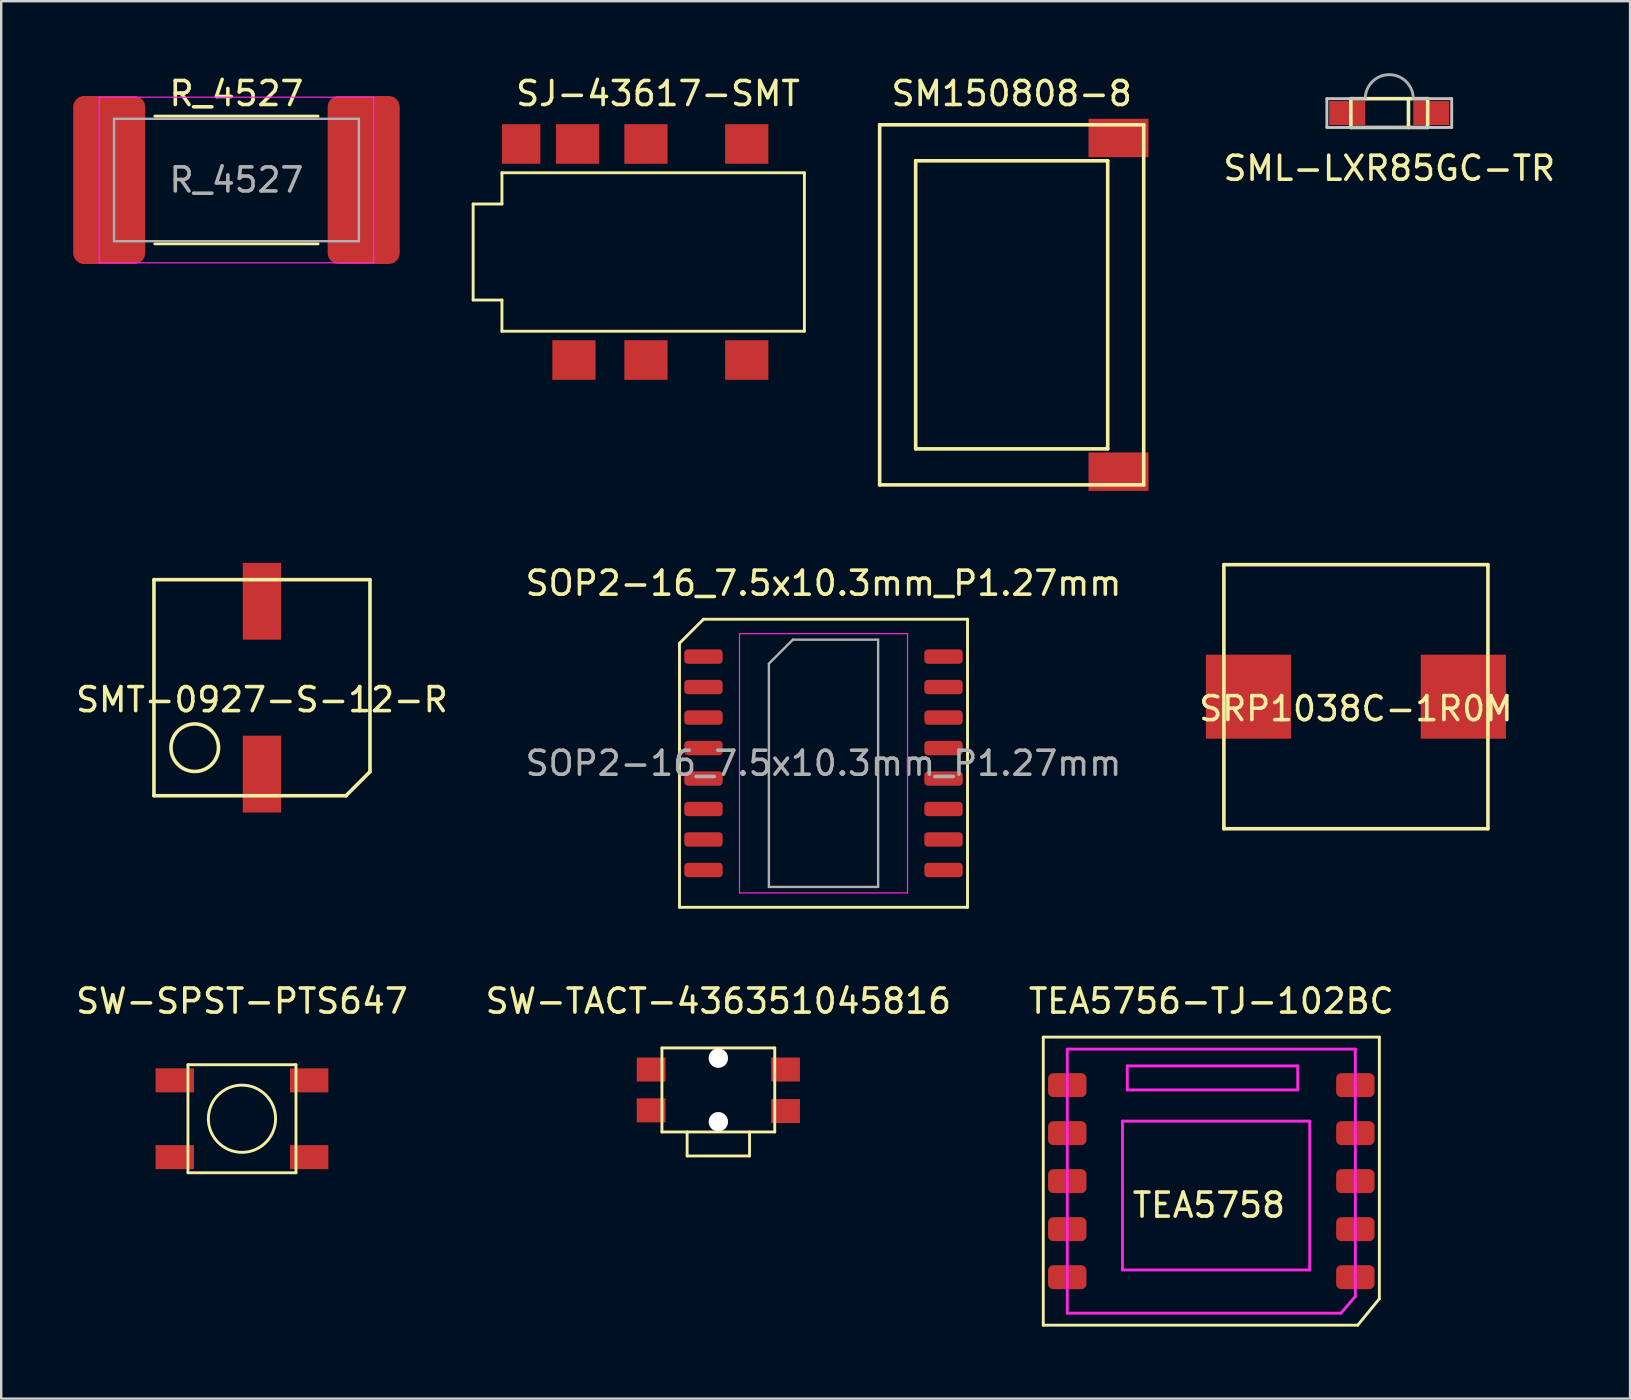
<source format=kicad_pcb>
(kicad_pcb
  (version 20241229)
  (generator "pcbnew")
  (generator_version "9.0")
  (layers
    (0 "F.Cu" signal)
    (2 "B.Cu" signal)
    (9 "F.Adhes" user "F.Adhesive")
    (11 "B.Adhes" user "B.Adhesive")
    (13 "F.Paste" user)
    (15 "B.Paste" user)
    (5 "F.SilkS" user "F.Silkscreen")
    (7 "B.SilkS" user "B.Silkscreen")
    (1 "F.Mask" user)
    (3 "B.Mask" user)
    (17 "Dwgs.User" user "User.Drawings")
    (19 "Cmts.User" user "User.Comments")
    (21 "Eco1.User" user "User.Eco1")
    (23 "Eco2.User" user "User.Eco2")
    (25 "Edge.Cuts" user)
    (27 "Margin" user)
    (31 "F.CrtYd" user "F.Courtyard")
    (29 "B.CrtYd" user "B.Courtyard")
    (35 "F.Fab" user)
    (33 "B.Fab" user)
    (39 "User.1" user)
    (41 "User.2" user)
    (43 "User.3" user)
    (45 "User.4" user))
  (footprint "SML-LXR85GC-TR"
    (layer "F.Cu")
    (at 54.825 1.66)
    (property "Reference" "SML-LXR85GC-TR" (at 0 2.3 0) (layer "F.SilkS") (effects (font (size 1 1) (thickness 0.15))))
    (attr through_hole)
    (fp_line (start -1.6 -0.6) (end 1.6 -0.6) (stroke (width 0.15) (type solid)) (layer "F.SilkS"))
    (fp_line (start -1.6 0.6) (end -1.6 -0.6) (stroke (width 0.15) (type solid)) (layer "F.SilkS"))
    (fp_line (start 0.8 -0.6) (end 0.8 0.6) (stroke (width 0.15) (type solid)) (layer "F.SilkS"))
    (fp_line (start 1.6 0.6) (end -1.6 0.6) (stroke (width 0.15) (type solid)) (layer "F.SilkS"))
    (fp_line (start 1.6 0.6) (end 1.6 -0.6) (stroke (width 0.15) (type solid)) (layer "F.SilkS"))
    (fp_line (start -2.6 -0.6) (end -1 -0.6) (stroke (width 0.12) (type solid)) (layer "Dwgs.User"))
    (fp_line (start -2.6 0.6) (end -2.6 -0.6) (stroke (width 0.12) (type solid)) (layer "Dwgs.User"))
    (fp_line (start 1 -0.6) (end 2.6 -0.6) (stroke (width 0.12) (type solid)) (layer "Dwgs.User"))
    (fp_line (start 2.6 -0.6) (end 2.6 0.6) (stroke (width 0.12) (type solid)) (layer "Dwgs.User"))
    (fp_line (start 2.6 0.6) (end -2.6 0.6) (stroke (width 0.12) (type solid)) (layer "Dwgs.User"))
    (fp_arc (start -1 -0.6) (mid 0 -1.6) (end 1 -0.6) (stroke (width 0.12) (type solid)) (layer "F.Fab"))
    (pad "1" smd rect (at -1.75 0) (size 1.5 1) (layers "F.Cu" "F.Mask" "F.Paste"))
    (pad "2" smd rect (at 1.75 0) (size 1.5 1) (layers "F.Cu" "F.Mask" "F.Paste")))
  (footprint "TEA5756-TJ-102BC"
    (layer "F.Cu")
    (at 47.411 46.155)
    (property "Reference" "TEA5756-TJ-102BC" (at 0 -7.5 0) (layer "F.SilkS") (effects (font (size 1 1) (thickness 0.15))))
    (attr through_hole)
    (fp_line (start -7 -6) (end 7 -6) (stroke (width 0.12) (type solid)) (layer "F.SilkS"))
    (fp_line (start -7 6) (end -7 -6) (stroke (width 0.12) (type solid)) (layer "F.SilkS"))
    (fp_line (start 6.1 6) (end -7 6) (stroke (width 0.12) (type solid)) (layer "F.SilkS"))
    (fp_line (start 6.1 6) (end 7 4.9) (stroke (width 0.12) (type solid)) (layer "F.SilkS"))
    (fp_line (start 7 -6) (end 7 4.9) (stroke (width 0.12) (type solid)) (layer "F.SilkS"))
    (fp_line (start -6 -5.5) (end 6 -5.5) (stroke (width 0.12) (type solid)) (layer "F.CrtYd"))
    (fp_line (start -6 5.5) (end -6 -5.5) (stroke (width 0.12) (type solid)) (layer "F.CrtYd"))
    (fp_line (start -3.7 -2.5) (end 4.1 -2.5) (stroke (width 0.12) (type solid)) (layer "F.CrtYd"))
    (fp_line (start -3.7 3.7) (end -3.7 -2.5) (stroke (width 0.12) (type solid)) (layer "F.CrtYd"))
    (fp_line (start -3.5 -4.8) (end -3.5 -3.8) (stroke (width 0.12) (type solid)) (layer "F.CrtYd"))
    (fp_line (start -3.5 -3.8) (end 3.6 -3.8) (stroke (width 0.12) (type solid)) (layer "F.CrtYd"))
    (fp_line (start 3.6 -4.8) (end -3.5 -4.8) (stroke (width 0.12) (type solid)) (layer "F.CrtYd"))
    (fp_line (start 3.6 -3.8) (end 3.6 -4.8) (stroke (width 0.12) (type solid)) (layer "F.CrtYd"))
    (fp_line (start 4.1 -2.5) (end 4.1 3.7) (stroke (width 0.12) (type solid)) (layer "F.CrtYd"))
    (fp_line (start 4.1 3.7) (end -3.7 3.7) (stroke (width 0.12) (type solid)) (layer "F.CrtYd"))
    (fp_line (start 5.4 5.5) (end -6 5.5) (stroke (width 0.12) (type solid)) (layer "F.CrtYd"))
    (fp_line (start 6 -5.5) (end 6 4.8) (stroke (width 0.12) (type solid)) (layer "F.CrtYd"))
    (fp_line (start 6 4.8) (end 5.4 5.5) (stroke (width 0.12) (type solid)) (layer "F.CrtYd"))
    (fp_text user "TEA5758" (at -0.1 1 0) (layer "F.SilkS") (effects (font (size 1 1) (thickness 0.15))))
    (pad "1" smd roundrect (at 6 4) (size 1.6 1) (layers "F.Cu" "F.Mask" "F.Paste") (roundrect_rratio 0.217))
    (pad "2" smd roundrect (at 6 2) (size 1.6 1) (layers "F.Cu" "F.Mask" "F.Paste") (roundrect_rratio 0.217))
    (pad "3" smd roundrect (at 6 0) (size 1.6 1) (layers "F.Cu" "F.Mask" "F.Paste") (roundrect_rratio 0.217))
    (pad "4" smd roundrect (at 6 -2) (size 1.6 1) (layers "F.Cu" "F.Mask" "F.Paste") (roundrect_rratio 0.217))
    (pad "5" smd roundrect (at 6 -4) (size 1.6 1) (layers "F.Cu" "F.Mask" "F.Paste") (roundrect_rratio 0.217))
    (pad "6" smd roundrect (at -6 -4) (size 1.6 1) (layers "F.Cu" "F.Mask" "F.Paste") (roundrect_rratio 0.217))
    (pad "7" smd roundrect (at -6 -2) (size 1.6 1) (layers "F.Cu" "F.Mask" "F.Paste") (roundrect_rratio 0.217))
    (pad "8" smd roundrect (at -6 0) (size 1.6 1) (layers "F.Cu" "F.Mask" "F.Paste") (roundrect_rratio 0.217))
    (pad "9" smd roundrect (at -6 2) (size 1.6 1) (layers "F.Cu" "F.Mask" "F.Paste") (roundrect_rratio 0.217))
    (pad "10" smd roundrect (at -6 4) (size 1.6 1) (layers "F.Cu" "F.Mask" "F.Paste") (roundrect_rratio 0.217)))
  (footprint "SOP2-16_7.5x10.3mm_P1.27mm"
    (layer "F.Cu")
    (at 31.256 28.747)
    (property "Reference" "SOP2-16_7.5x10.3mm_P1.27mm" (at 0 -7.5 0) (layer "F.SilkS") (effects (font (size 1 1) (thickness 0.15))))
    (attr smd)
    (fp_line (start -6 -5) (end -5 -6) (stroke (width 0.12) (type solid)) (layer "F.SilkS"))
    (fp_line (start -6 6) (end -6 -5) (stroke (width 0.12) (type solid)) (layer "F.SilkS"))
    (fp_line (start -5 -6) (end 6 -6) (stroke (width 0.12) (type solid)) (layer "F.SilkS"))
    (fp_line (start 6 -6) (end 6 6) (stroke (width 0.12) (type solid)) (layer "F.SilkS"))
    (fp_line (start 6 6) (end -6 6) (stroke (width 0.12) (type solid)) (layer "F.SilkS"))
    (fp_line (start -3.5 -5.4) (end -3.5 5.4) (stroke (width 0.05) (type solid)) (layer "F.CrtYd"))
    (fp_line (start -3.5 5.4) (end 3.5 5.4) (stroke (width 0.05) (type solid)) (layer "F.CrtYd"))
    (fp_line (start 3.5 -5.4) (end -3.5 -5.4) (stroke (width 0.05) (type solid)) (layer "F.CrtYd"))
    (fp_line (start 3.5 5.4) (end 3.5 -5.4) (stroke (width 0.05) (type solid)) (layer "F.CrtYd"))
    (fp_line (start -2.275 -4.15) (end -1.275 -5.15) (stroke (width 0.1) (type solid)) (layer "F.Fab"))
    (fp_line (start -2.275 5.15) (end -2.275 -4.15) (stroke (width 0.1) (type solid)) (layer "F.Fab"))
    (fp_line (start -1.275 -5.15) (end 2.275 -5.15) (stroke (width 0.1) (type solid)) (layer "F.Fab"))
    (fp_line (start 2.275 -5.15) (end 2.275 5.15) (stroke (width 0.1) (type solid)) (layer "F.Fab"))
    (fp_line (start 2.275 5.15) (end -2.275 5.15) (stroke (width 0.1) (type solid)) (layer "F.Fab"))
    (fp_text user "${REFERENCE}" (at 0 0 0) (layer "F.Fab") (effects (font (size 1 1) (thickness 0.15))))
    (pad "1" smd roundrect (at -5 -4.445) (size 1.6 0.6) (layers "F.Cu" "F.Mask" "F.Paste") (roundrect_rratio 0.25))
    (pad "2" smd roundrect (at -5 -3.175) (size 1.6 0.6) (layers "F.Cu" "F.Mask" "F.Paste") (roundrect_rratio 0.25))
    (pad "3" smd roundrect (at -5 -1.905) (size 1.6 0.6) (layers "F.Cu" "F.Mask" "F.Paste") (roundrect_rratio 0.25))
    (pad "4" smd roundrect (at -5 -0.635) (size 1.6 0.6) (layers "F.Cu" "F.Mask" "F.Paste") (roundrect_rratio 0.25))
    (pad "5" smd roundrect (at -5 0.635) (size 1.6 0.6) (layers "F.Cu" "F.Mask" "F.Paste") (roundrect_rratio 0.25))
    (pad "6" smd roundrect (at -5 1.905) (size 1.6 0.6) (layers "F.Cu" "F.Mask" "F.Paste") (roundrect_rratio 0.25))
    (pad "7" smd roundrect (at -5 3.175) (size 1.6 0.6) (layers "F.Cu" "F.Mask" "F.Paste") (roundrect_rratio 0.25))
    (pad "8" smd roundrect (at -5 4.445) (size 1.6 0.6) (layers "F.Cu" "F.Mask" "F.Paste") (roundrect_rratio 0.25))
    (pad "9" smd roundrect (at 5 4.445) (size 1.6 0.6) (layers "F.Cu" "F.Mask" "F.Paste") (roundrect_rratio 0.25))
    (pad "10" smd roundrect (at 5 3.175) (size 1.6 0.6) (layers "F.Cu" "F.Mask" "F.Paste") (roundrect_rratio 0.25))
    (pad "11" smd roundrect (at 5 1.905) (size 1.6 0.6) (layers "F.Cu" "F.Mask" "F.Paste") (roundrect_rratio 0.25))
    (pad "12" smd roundrect (at 5 0.635) (size 1.6 0.6) (layers "F.Cu" "F.Mask" "F.Paste") (roundrect_rratio 0.25))
    (pad "13" smd roundrect (at 5 -0.635) (size 1.6 0.6) (layers "F.Cu" "F.Mask" "F.Paste") (roundrect_rratio 0.25))
    (pad "14" smd roundrect (at 5 -1.905) (size 1.6 0.6) (layers "F.Cu" "F.Mask" "F.Paste") (roundrect_rratio 0.25))
    (pad "15" smd roundrect (at 5 -3.175) (size 1.6 0.6) (layers "F.Cu" "F.Mask" "F.Paste") (roundrect_rratio 0.25))
    (pad "16" smd roundrect (at 5 -4.445) (size 1.6 0.6) (layers "F.Cu" "F.Mask" "F.Paste") (roundrect_rratio 0.25)))
  (footprint "SW-TACT-436351045816"
    (layer "F.Cu")
    (at 26.875 42.355)
    (property "Reference" "SW-TACT-436351045816" (at 0 -3.7 0) (layer "F.SilkS") (effects (font (size 1 1) (thickness 0.15))))
    (attr through_hole)
    (fp_line (start -2.35 -1.75) (end 2.35 -1.75) (stroke (width 0.12) (type solid)) (layer "F.SilkS"))
    (fp_line (start -2.35 1.75) (end -2.35 -1.75) (stroke (width 0.12) (type solid)) (layer "F.SilkS"))
    (fp_line (start -1.3 1.75) (end -1.3 2.75) (stroke (width 0.12) (type solid)) (layer "F.SilkS"))
    (fp_line (start -1.3 2.75) (end 1.3 2.75) (stroke (width 0.12) (type solid)) (layer "F.SilkS"))
    (fp_line (start 1.3 2.75) (end 1.3 1.75) (stroke (width 0.12) (type solid)) (layer "F.SilkS"))
    (fp_line (start 2.35 -1.75) (end 2.35 1.75) (stroke (width 0.12) (type solid)) (layer "F.SilkS"))
    (fp_line (start 2.35 1.75) (end -2.35 1.75) (stroke (width 0.12) (type solid)) (layer "F.SilkS"))
    (pad "1" smd rect (at -2.8 -0.85) (size 1.2 1) (layers "F.Cu" "F.Mask" "F.Paste"))
    (pad "1" smd rect (at 2.8 -0.85) (size 1.2 1) (layers "F.Cu" "F.Mask" "F.Paste"))
    (pad "2" smd rect (at -2.8 0.85) (size 1.2 1) (layers "F.Cu" "F.Mask" "F.Paste"))
    (pad "2" smd rect (at 2.8 0.88) (size 1.2 1) (layers "F.Cu" "F.Mask" "F.Paste"))
    (pad "6" thru_hole circle (at 0 -1.325) (size 0.8 0.8) (drill 0.8) (layers "*.Cu" "*.Mask"))
    (pad "7" thru_hole circle (at 0 1.325) (size 0.8 0.8) (drill 0.8) (layers "*.Cu" "*.Mask")))
  (footprint "SRP1038C-1R0M"
    (layer "F.Cu")
    (at 53.435 25.973)
    (property "Reference" "SRP1038C-1R0M" (at 0 0.5 0) (layer "F.SilkS") (effects (font (size 1 1) (thickness 0.15))))
    (attr through_hole)
    (fp_line (start -5.5 -5.5) (end 5.5 -5.5) (stroke (width 0.15) (type solid)) (layer "F.SilkS"))
    (fp_line (start -5.5 5.5) (end -5.5 -5.5) (stroke (width 0.15) (type solid)) (layer "F.SilkS"))
    (fp_line (start 5.5 -5.5) (end 5.5 5.5) (stroke (width 0.15) (type solid)) (layer "F.SilkS"))
    (fp_line (start 5.5 5.5) (end -5.5 5.5) (stroke (width 0.15) (type solid)) (layer "F.SilkS"))
    (pad "1" smd rect (at -4.475 0) (size 3.55 3.5) (layers "F.Cu" "F.Mask" "F.Paste"))
    (pad "2" smd rect (at 4.475 0) (size 3.55 3.5) (layers "F.Cu" "F.Mask" "F.Paste")))
  (footprint "SMT-0927-S-12-R"
    (layer "F.Cu")
    (at 7.863 25.598)
    (property "Reference" "SMT-0927-S-12-R" (at 0 0.5 0) (layer "F.SilkS") (effects (font (size 1 1) (thickness 0.15))))
    (attr through_hole)
    (fp_line (start -4.5 -4.5) (end 4.5 -4.5) (stroke (width 0.15) (type solid)) (layer "F.SilkS"))
    (fp_line (start -4.5 4.5) (end -4.5 -4.5) (stroke (width 0.15) (type solid)) (layer "F.SilkS"))
    (fp_line (start 3.5 4.5) (end -4.5 4.5) (stroke (width 0.15) (type solid)) (layer "F.SilkS"))
    (fp_line (start 4.5 -4.5) (end 4.5 3.5) (stroke (width 0.15) (type solid)) (layer "F.SilkS"))
    (fp_line (start 4.5 3.5) (end 3.5 4.5) (stroke (width 0.15) (type solid)) (layer "F.SilkS"))
    (fp_circle (center -2.8 2.5) (end -2.1 3.2) (stroke (width 0.15) (type solid)) (fill no) (layer "F.SilkS"))
    (pad "1" smd rect (at 0 -3.6) (size 1.6 3.2) (layers "F.Cu" "F.Mask" "F.Paste"))
    (pad "2" smd rect (at 0 3.6) (size 1.6 3.2) (layers "F.Cu" "F.Mask" "F.Paste")))
  (footprint "R_4527"
    (layer "F.Cu")
    (at 6.8 4.448)
    (property "Reference" "R_4527" (at 0 -3.6 0) (layer "F.SilkS") (effects (font (size 1 1) (thickness 0.15))))
    (attr smd)
    (fp_line (start -3.4 -2.66) (end 3.4 -2.66) (stroke (width 0.12) (type solid)) (layer "F.SilkS"))
    (fp_line (start -3.4 2.66) (end 3.4 2.66) (stroke (width 0.12) (type solid)) (layer "F.SilkS"))
    (fp_line (start -5.72 -3.45) (end 5.72 -3.45) (stroke (width 0.05) (type solid)) (layer "F.CrtYd"))
    (fp_line (start -5.72 3.45) (end -5.72 -3.45) (stroke (width 0.05) (type solid)) (layer "F.CrtYd"))
    (fp_line (start 5.72 -3.45) (end 5.72 3.45) (stroke (width 0.05) (type solid)) (layer "F.CrtYd"))
    (fp_line (start 5.72 3.45) (end -5.72 3.45) (stroke (width 0.05) (type solid)) (layer "F.CrtYd"))
    (fp_line (start -5.1 -2.55) (end 5.1 -2.55) (stroke (width 0.1) (type solid)) (layer "F.Fab"))
    (fp_line (start -5.1 2.55) (end -5.1 -2.55) (stroke (width 0.1) (type solid)) (layer "F.Fab"))
    (fp_line (start 5.1 -2.55) (end 5.1 2.55) (stroke (width 0.1) (type solid)) (layer "F.Fab"))
    (fp_line (start 5.1 2.55) (end -5.1 2.55) (stroke (width 0.1) (type solid)) (layer "F.Fab"))
    (fp_text user "${REFERENCE}" (at 0 0 0) (layer "F.Fab") (effects (font (size 1 1) (thickness 0.15))))
    (pad "1" smd roundrect (at -5.3 0) (size 3 7) (layers "F.Cu" "F.Mask" "F.Paste") (roundrect_rratio 0.152))
    (pad "2" smd roundrect (at 5.3 0) (size 3 7) (layers "F.Cu" "F.Mask" "F.Paste") (roundrect_rratio 0.152)))
  (footprint "SJ-43617-SMT"
    (layer "F.Cu")
    (at 17.86 7.448)
    (property "Reference" "SJ-43617-SMT" (at 6.5 -6.6 0) (layer "F.SilkS") (effects (font (size 1 1) (thickness 0.15))))
    (attr through_hole)
    (fp_line (start -1.2 -2) (end 0 -2) (stroke (width 0.12) (type solid)) (layer "F.SilkS"))
    (fp_line (start -1.2 2) (end -1.2 -2) (stroke (width 0.12) (type solid)) (layer "F.SilkS"))
    (fp_line (start 0 -3.3) (end 12.6 -3.3) (stroke (width 0.12) (type solid)) (layer "F.SilkS"))
    (fp_line (start 0 -2) (end 0 -3.3) (stroke (width 0.12) (type solid)) (layer "F.SilkS"))
    (fp_line (start 0 2) (end -1.2 2) (stroke (width 0.12) (type solid)) (layer "F.SilkS"))
    (fp_line (start 0 3.3) (end 0 2) (stroke (width 0.12) (type solid)) (layer "F.SilkS"))
    (fp_line (start 12.6 -3.3) (end 12.6 3.3) (stroke (width 0.12) (type solid)) (layer "F.SilkS"))
    (fp_line (start 12.6 3.3) (end 0 3.3) (stroke (width 0.12) (type solid)) (layer "F.SilkS"))
    (pad "1" smd rect (at 0.8 -4.5) (size 1.6 1.65) (layers "F.Cu" "F.Mask" "F.Paste"))
    (pad "2" smd rect (at 10.2 4.5) (size 1.8 1.65) (layers "F.Cu" "F.Mask" "F.Paste"))
    (pad "3" smd rect (at 6 4.5) (size 1.8 1.65) (layers "F.Cu" "F.Mask" "F.Paste"))
    (pad "4" smd rect (at 3 4.5) (size 1.8 1.65) (layers "F.Cu" "F.Mask" "F.Paste"))
    (pad "10" smd rect (at 10.2 -4.5) (size 1.8 1.65) (layers "F.Cu" "F.Mask" "F.Paste"))
    (pad "11" smd rect (at 6 -4.5) (size 1.8 1.65) (layers "F.Cu" "F.Mask" "F.Paste"))
    (pad "12" smd rect (at 3.15 -4.5) (size 1.8 1.65) (layers "F.Cu" "F.Mask" "F.Paste")))
  (footprint "SW-SPST-PTS647"
    (layer "F.Cu")
    (at 7.03 43.555)
    (property "Reference" "SW-SPST-PTS647" (at 0 -4.9 0) (layer "F.SilkS") (effects (font (size 1 1) (thickness 0.15))))
    (attr through_hole)
    (fp_line (start -2.25 -2.25) (end 2.25 -2.25) (stroke (width 0.12) (type solid)) (layer "F.SilkS"))
    (fp_line (start -2.25 2.25) (end -2.25 -2.25) (stroke (width 0.12) (type solid)) (layer "F.SilkS"))
    (fp_line (start 2.25 -2.25) (end 2.25 2.25) (stroke (width 0.12) (type solid)) (layer "F.SilkS"))
    (fp_line (start 2.25 2.25) (end -2.25 2.25) (stroke (width 0.12) (type solid)) (layer "F.SilkS"))
    (fp_circle (center 0 0) (end 1.4 0) (stroke (width 0.12) (type solid)) (fill no) (layer "F.SilkS"))
    (pad "1" smd rect (at 2.8 -1.6) (size 1.6 1) (layers "F.Cu" "F.Mask" "F.Paste"))
    (pad "2" smd rect (at 2.8 1.6) (size 1.6 1) (layers "F.Cu" "F.Mask" "F.Paste"))
    (pad "3" smd rect (at -2.8 -1.6) (size 1.6 1) (layers "F.Cu" "F.Mask" "F.Paste"))
    (pad "4" smd rect (at -2.8 1.6) (size 1.6 1) (layers "F.Cu" "F.Mask" "F.Paste")))
  (footprint "SM150808-8"
    (layer "F.Cu")
    (at 39.095 9.648)
    (property "Reference" "SM150808-8" (at 0 -8.8 0) (layer "F.SilkS") (effects (font (size 1 1) (thickness 0.15))))
    (attr through_hole)
    (fp_line (start -5.5 -7.5) (end 5.5 -7.5) (stroke (width 0.15) (type solid)) (layer "F.SilkS"))
    (fp_line (start -5.5 7.5) (end -5.5 -7.5) (stroke (width 0.15) (type solid)) (layer "F.SilkS"))
    (fp_line (start -4 -6) (end 4 -6) (stroke (width 0.15) (type solid)) (layer "F.SilkS"))
    (fp_line (start -4 6) (end -4 -6) (stroke (width 0.15) (type solid)) (layer "F.SilkS"))
    (fp_line (start 4 -6) (end 4 6) (stroke (width 0.15) (type solid)) (layer "F.SilkS"))
    (fp_line (start 4 6) (end -4 6) (stroke (width 0.15) (type solid)) (layer "F.SilkS"))
    (fp_line (start 5.5 -7.5) (end 5.5 7.5) (stroke (width 0.15) (type solid)) (layer "F.SilkS"))
    (fp_line (start 5.5 7.5) (end -5.5 7.5) (stroke (width 0.15) (type solid)) (layer "F.SilkS"))
    (pad "1" smd rect (at 4.45 -6.95) (size 2.5 1.6) (layers "F.Cu" "F.Mask" "F.Paste"))
    (pad "2" smd rect (at 4.45 6.95) (size 2.5 1.6) (layers "F.Cu" "F.Mask" "F.Paste")))
  (gr_rect
    (start -3 -3)
    (end 64.855 55.215)
    (stroke (width 0.1) (type default))
    (fill no)
    (layer "Edge.Cuts")))
</source>
